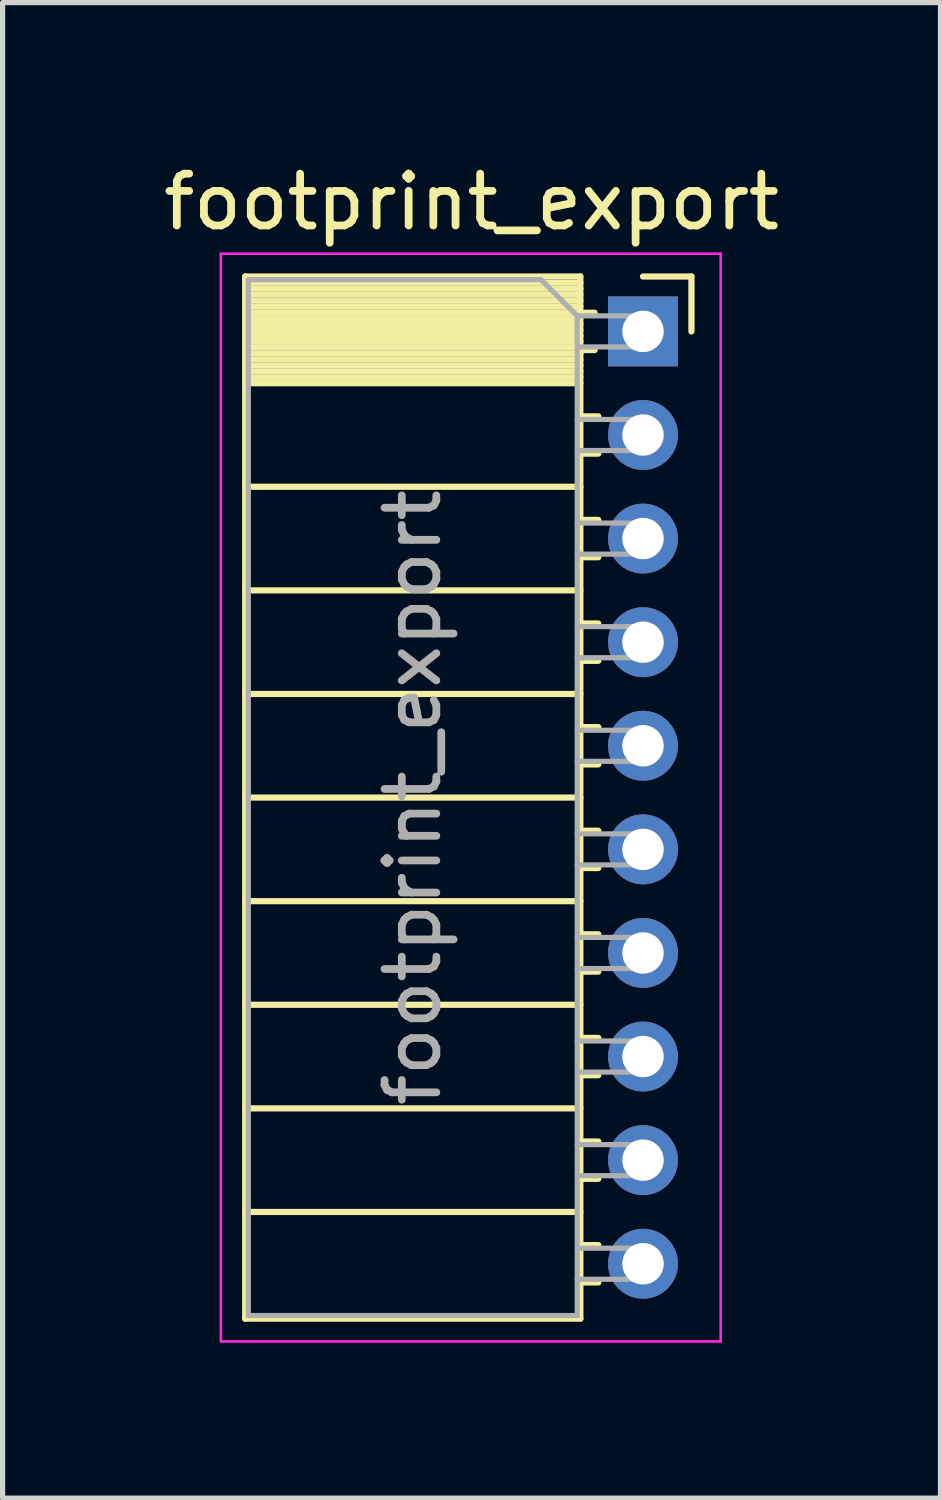
<source format=kicad_pcb>
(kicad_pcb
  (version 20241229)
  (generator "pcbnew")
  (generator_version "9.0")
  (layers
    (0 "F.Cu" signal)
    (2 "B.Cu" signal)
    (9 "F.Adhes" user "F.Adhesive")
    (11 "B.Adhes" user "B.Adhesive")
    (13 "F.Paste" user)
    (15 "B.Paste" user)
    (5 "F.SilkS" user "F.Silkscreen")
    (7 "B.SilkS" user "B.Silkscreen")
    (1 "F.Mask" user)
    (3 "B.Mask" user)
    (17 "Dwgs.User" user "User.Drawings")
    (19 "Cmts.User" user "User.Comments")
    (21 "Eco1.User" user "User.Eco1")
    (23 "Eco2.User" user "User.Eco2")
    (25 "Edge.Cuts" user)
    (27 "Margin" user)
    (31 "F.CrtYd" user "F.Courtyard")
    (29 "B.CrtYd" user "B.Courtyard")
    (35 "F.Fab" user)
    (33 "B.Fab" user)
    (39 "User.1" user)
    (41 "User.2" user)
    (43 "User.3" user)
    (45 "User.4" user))
  (footprint "footprint_export"
    (layer "F.Cu")
    (at 9.364 3.348)
    (property "Reference" "footprint_export" (at -3.31 -2.5 0) (layer "F.SilkS") (effects (font (size 1 1) (thickness 0.15))))
    (attr through_hole)
    (fp_line (start -7.68 -1.06) (end -7.68 19.06) (stroke (width 0.12) (type solid)) (layer "F.SilkS"))
    (fp_line (start -7.68 -1.06) (end -1.21 -1.06) (stroke (width 0.12) (type solid)) (layer "F.SilkS"))
    (fp_line (start -7.68 -0.94) (end -1.21 -0.94) (stroke (width 0.12) (type solid)) (layer "F.SilkS"))
    (fp_line (start -7.68 -0.826) (end -1.21 -0.826) (stroke (width 0.12) (type solid)) (layer "F.SilkS"))
    (fp_line (start -7.68 -0.712) (end -1.21 -0.712) (stroke (width 0.12) (type solid)) (layer "F.SilkS"))
    (fp_line (start -7.68 -0.598) (end -1.21 -0.598) (stroke (width 0.12) (type solid)) (layer "F.SilkS"))
    (fp_line (start -7.68 -0.484) (end -1.21 -0.484) (stroke (width 0.12) (type solid)) (layer "F.SilkS"))
    (fp_line (start -7.68 -0.369) (end -1.21 -0.369) (stroke (width 0.12) (type solid)) (layer "F.SilkS"))
    (fp_line (start -7.68 -0.255) (end -1.21 -0.255) (stroke (width 0.12) (type solid)) (layer "F.SilkS"))
    (fp_line (start -7.68 -0.141) (end -1.21 -0.141) (stroke (width 0.12) (type solid)) (layer "F.SilkS"))
    (fp_line (start -7.68 -0.027) (end -1.21 -0.027) (stroke (width 0.12) (type solid)) (layer "F.SilkS"))
    (fp_line (start -7.68 0.087) (end -1.21 0.087) (stroke (width 0.12) (type solid)) (layer "F.SilkS"))
    (fp_line (start -7.68 0.201) (end -1.21 0.201) (stroke (width 0.12) (type solid)) (layer "F.SilkS"))
    (fp_line (start -7.68 0.315) (end -1.21 0.315) (stroke (width 0.12) (type solid)) (layer "F.SilkS"))
    (fp_line (start -7.68 0.429) (end -1.21 0.429) (stroke (width 0.12) (type solid)) (layer "F.SilkS"))
    (fp_line (start -7.68 0.544) (end -1.21 0.544) (stroke (width 0.12) (type solid)) (layer "F.SilkS"))
    (fp_line (start -7.68 0.658) (end -1.21 0.658) (stroke (width 0.12) (type solid)) (layer "F.SilkS"))
    (fp_line (start -7.68 0.772) (end -1.21 0.772) (stroke (width 0.12) (type solid)) (layer "F.SilkS"))
    (fp_line (start -7.68 0.886) (end -1.21 0.886) (stroke (width 0.12) (type solid)) (layer "F.SilkS"))
    (fp_line (start -7.68 1) (end -1.21 1) (stroke (width 0.12) (type solid)) (layer "F.SilkS"))
    (fp_line (start -7.68 3) (end -1.21 3) (stroke (width 0.12) (type solid)) (layer "F.SilkS"))
    (fp_line (start -7.68 5) (end -1.21 5) (stroke (width 0.12) (type solid)) (layer "F.SilkS"))
    (fp_line (start -7.68 7) (end -1.21 7) (stroke (width 0.12) (type solid)) (layer "F.SilkS"))
    (fp_line (start -7.68 9) (end -1.21 9) (stroke (width 0.12) (type solid)) (layer "F.SilkS"))
    (fp_line (start -7.68 11) (end -1.21 11) (stroke (width 0.12) (type solid)) (layer "F.SilkS"))
    (fp_line (start -7.68 13) (end -1.21 13) (stroke (width 0.12) (type solid)) (layer "F.SilkS"))
    (fp_line (start -7.68 15) (end -1.21 15) (stroke (width 0.12) (type solid)) (layer "F.SilkS"))
    (fp_line (start -7.68 17) (end -1.21 17) (stroke (width 0.12) (type solid)) (layer "F.SilkS"))
    (fp_line (start -7.68 19.06) (end -1.21 19.06) (stroke (width 0.12) (type solid)) (layer "F.SilkS"))
    (fp_line (start -1.21 -1.06) (end -1.21 19.06) (stroke (width 0.12) (type solid)) (layer "F.SilkS"))
    (fp_line (start -1.21 -0.36) (end -0.935 -0.36) (stroke (width 0.12) (type solid)) (layer "F.SilkS"))
    (fp_line (start -1.21 0.36) (end -0.935 0.36) (stroke (width 0.12) (type solid)) (layer "F.SilkS"))
    (fp_line (start -1.21 1.64) (end -0.863 1.64) (stroke (width 0.12) (type solid)) (layer "F.SilkS"))
    (fp_line (start -1.21 2.36) (end -0.863 2.36) (stroke (width 0.12) (type solid)) (layer "F.SilkS"))
    (fp_line (start -1.21 3.64) (end -0.863 3.64) (stroke (width 0.12) (type solid)) (layer "F.SilkS"))
    (fp_line (start -1.21 4.36) (end -0.863 4.36) (stroke (width 0.12) (type solid)) (layer "F.SilkS"))
    (fp_line (start -1.21 5.64) (end -0.863 5.64) (stroke (width 0.12) (type solid)) (layer "F.SilkS"))
    (fp_line (start -1.21 6.36) (end -0.863 6.36) (stroke (width 0.12) (type solid)) (layer "F.SilkS"))
    (fp_line (start -1.21 7.64) (end -0.863 7.64) (stroke (width 0.12) (type solid)) (layer "F.SilkS"))
    (fp_line (start -1.21 8.36) (end -0.863 8.36) (stroke (width 0.12) (type solid)) (layer "F.SilkS"))
    (fp_line (start -1.21 9.64) (end -0.863 9.64) (stroke (width 0.12) (type solid)) (layer "F.SilkS"))
    (fp_line (start -1.21 10.36) (end -0.863 10.36) (stroke (width 0.12) (type solid)) (layer "F.SilkS"))
    (fp_line (start -1.21 11.64) (end -0.863 11.64) (stroke (width 0.12) (type solid)) (layer "F.SilkS"))
    (fp_line (start -1.21 12.36) (end -0.863 12.36) (stroke (width 0.12) (type solid)) (layer "F.SilkS"))
    (fp_line (start -1.21 13.64) (end -0.863 13.64) (stroke (width 0.12) (type solid)) (layer "F.SilkS"))
    (fp_line (start -1.21 14.36) (end -0.863 14.36) (stroke (width 0.12) (type solid)) (layer "F.SilkS"))
    (fp_line (start -1.21 15.64) (end -0.863 15.64) (stroke (width 0.12) (type solid)) (layer "F.SilkS"))
    (fp_line (start -1.21 16.36) (end -0.863 16.36) (stroke (width 0.12) (type solid)) (layer "F.SilkS"))
    (fp_line (start -1.21 17.64) (end -0.863 17.64) (stroke (width 0.12) (type solid)) (layer "F.SilkS"))
    (fp_line (start -1.21 18.36) (end -0.863 18.36) (stroke (width 0.12) (type solid)) (layer "F.SilkS"))
    (fp_line (start 0 -1.06) (end 0.935 -1.06) (stroke (width 0.12) (type solid)) (layer "F.SilkS"))
    (fp_line (start 0.935 -1.06) (end 0.935 0) (stroke (width 0.12) (type solid)) (layer "F.SilkS"))
    (fp_line (start -8.15 -1.5) (end -8.15 19.5) (stroke (width 0.05) (type solid)) (layer "F.CrtYd"))
    (fp_line (start -8.15 19.5) (end 1.5 19.5) (stroke (width 0.05) (type solid)) (layer "F.CrtYd"))
    (fp_line (start 1.5 -1.5) (end -8.15 -1.5) (stroke (width 0.05) (type solid)) (layer "F.CrtYd"))
    (fp_line (start 1.5 19.5) (end 1.5 -1.5) (stroke (width 0.05) (type solid)) (layer "F.CrtYd"))
    (fp_line (start -7.62 -1) (end -1.97 -1) (stroke (width 0.1) (type solid)) (layer "F.Fab"))
    (fp_line (start -7.62 19) (end -7.62 -1) (stroke (width 0.1) (type solid)) (layer "F.Fab"))
    (fp_line (start -1.97 -1) (end -1.27 -0.3) (stroke (width 0.1) (type solid)) (layer "F.Fab"))
    (fp_line (start -1.27 -0.3) (end -1.27 19) (stroke (width 0.1) (type solid)) (layer "F.Fab"))
    (fp_line (start -1.27 0.3) (end 0 0.3) (stroke (width 0.1) (type solid)) (layer "F.Fab"))
    (fp_line (start -1.27 2.3) (end 0 2.3) (stroke (width 0.1) (type solid)) (layer "F.Fab"))
    (fp_line (start -1.27 4.3) (end 0 4.3) (stroke (width 0.1) (type solid)) (layer "F.Fab"))
    (fp_line (start -1.27 6.3) (end 0 6.3) (stroke (width 0.1) (type solid)) (layer "F.Fab"))
    (fp_line (start -1.27 8.3) (end 0 8.3) (stroke (width 0.1) (type solid)) (layer "F.Fab"))
    (fp_line (start -1.27 10.3) (end 0 10.3) (stroke (width 0.1) (type solid)) (layer "F.Fab"))
    (fp_line (start -1.27 12.3) (end 0 12.3) (stroke (width 0.1) (type solid)) (layer "F.Fab"))
    (fp_line (start -1.27 14.3) (end 0 14.3) (stroke (width 0.1) (type solid)) (layer "F.Fab"))
    (fp_line (start -1.27 16.3) (end 0 16.3) (stroke (width 0.1) (type solid)) (layer "F.Fab"))
    (fp_line (start -1.27 18.3) (end 0 18.3) (stroke (width 0.1) (type solid)) (layer "F.Fab"))
    (fp_line (start -1.27 19) (end -7.62 19) (stroke (width 0.1) (type solid)) (layer "F.Fab"))
    (fp_line (start 0 -0.3) (end -1.27 -0.3) (stroke (width 0.1) (type solid)) (layer "F.Fab"))
    (fp_line (start 0 0.3) (end 0 -0.3) (stroke (width 0.1) (type solid)) (layer "F.Fab"))
    (fp_line (start 0 1.7) (end -1.27 1.7) (stroke (width 0.1) (type solid)) (layer "F.Fab"))
    (fp_line (start 0 2.3) (end 0 1.7) (stroke (width 0.1) (type solid)) (layer "F.Fab"))
    (fp_line (start 0 3.7) (end -1.27 3.7) (stroke (width 0.1) (type solid)) (layer "F.Fab"))
    (fp_line (start 0 4.3) (end 0 3.7) (stroke (width 0.1) (type solid)) (layer "F.Fab"))
    (fp_line (start 0 5.7) (end -1.27 5.7) (stroke (width 0.1) (type solid)) (layer "F.Fab"))
    (fp_line (start 0 6.3) (end 0 5.7) (stroke (width 0.1) (type solid)) (layer "F.Fab"))
    (fp_line (start 0 7.7) (end -1.27 7.7) (stroke (width 0.1) (type solid)) (layer "F.Fab"))
    (fp_line (start 0 8.3) (end 0 7.7) (stroke (width 0.1) (type solid)) (layer "F.Fab"))
    (fp_line (start 0 9.7) (end -1.27 9.7) (stroke (width 0.1) (type solid)) (layer "F.Fab"))
    (fp_line (start 0 10.3) (end 0 9.7) (stroke (width 0.1) (type solid)) (layer "F.Fab"))
    (fp_line (start 0 11.7) (end -1.27 11.7) (stroke (width 0.1) (type solid)) (layer "F.Fab"))
    (fp_line (start 0 12.3) (end 0 11.7) (stroke (width 0.1) (type solid)) (layer "F.Fab"))
    (fp_line (start 0 13.7) (end -1.27 13.7) (stroke (width 0.1) (type solid)) (layer "F.Fab"))
    (fp_line (start 0 14.3) (end 0 13.7) (stroke (width 0.1) (type solid)) (layer "F.Fab"))
    (fp_line (start 0 15.7) (end -1.27 15.7) (stroke (width 0.1) (type solid)) (layer "F.Fab"))
    (fp_line (start 0 16.3) (end 0 15.7) (stroke (width 0.1) (type solid)) (layer "F.Fab"))
    (fp_line (start 0 17.7) (end -1.27 17.7) (stroke (width 0.1) (type solid)) (layer "F.Fab"))
    (fp_line (start 0 18.3) (end 0 17.7) (stroke (width 0.1) (type solid)) (layer "F.Fab"))
    (fp_text user "${REFERENCE}" (at -4.445 9 90) (layer "F.Fab") (effects (font (size 1 1) (thickness 0.15))))
    (pad "1" thru_hole rect (at 0 0) (size 1.35 1.35) (drill 0.8) (layers "*.Cu" "*.Mask"))
    (pad "2" thru_hole oval (at 0 2) (size 1.35 1.35) (drill 0.8) (layers "*.Cu" "*.Mask"))
    (pad "3" thru_hole oval (at 0 4) (size 1.35 1.35) (drill 0.8) (layers "*.Cu" "*.Mask"))
    (pad "4" thru_hole oval (at 0 6) (size 1.35 1.35) (drill 0.8) (layers "*.Cu" "*.Mask"))
    (pad "5" thru_hole oval (at 0 8) (size 1.35 1.35) (drill 0.8) (layers "*.Cu" "*.Mask"))
    (pad "6" thru_hole oval (at 0 10) (size 1.35 1.35) (drill 0.8) (layers "*.Cu" "*.Mask"))
    (pad "7" thru_hole oval (at 0 12) (size 1.35 1.35) (drill 0.8) (layers "*.Cu" "*.Mask"))
    (pad "8" thru_hole oval (at 0 14) (size 1.35 1.35) (drill 0.8) (layers "*.Cu" "*.Mask"))
    (pad "9" thru_hole oval (at 0 16) (size 1.35 1.35) (drill 0.8) (layers "*.Cu" "*.Mask"))
    (pad "10" thru_hole oval (at 0 18) (size 1.35 1.35) (drill 0.8) (layers "*.Cu" "*.Mask")))
  (gr_rect
    (start -3 -3)
    (end 15.107 25.873)
    (stroke (width 0.1) (type default))
    (fill no)
    (layer "Edge.Cuts")))
</source>
